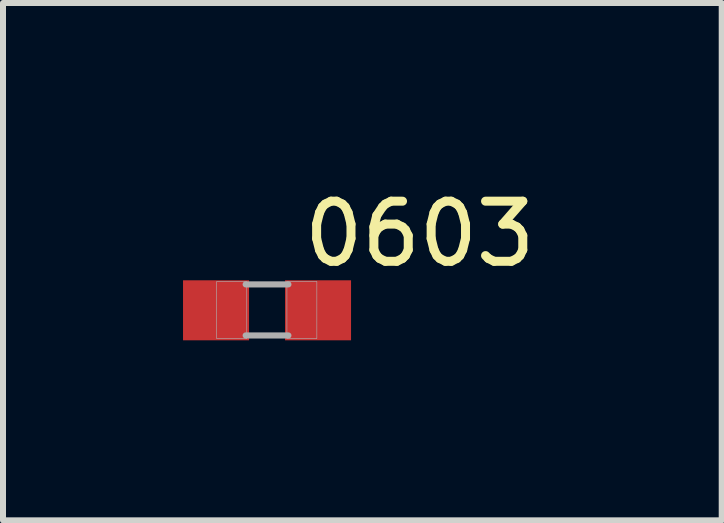
<source format=kicad_pcb>
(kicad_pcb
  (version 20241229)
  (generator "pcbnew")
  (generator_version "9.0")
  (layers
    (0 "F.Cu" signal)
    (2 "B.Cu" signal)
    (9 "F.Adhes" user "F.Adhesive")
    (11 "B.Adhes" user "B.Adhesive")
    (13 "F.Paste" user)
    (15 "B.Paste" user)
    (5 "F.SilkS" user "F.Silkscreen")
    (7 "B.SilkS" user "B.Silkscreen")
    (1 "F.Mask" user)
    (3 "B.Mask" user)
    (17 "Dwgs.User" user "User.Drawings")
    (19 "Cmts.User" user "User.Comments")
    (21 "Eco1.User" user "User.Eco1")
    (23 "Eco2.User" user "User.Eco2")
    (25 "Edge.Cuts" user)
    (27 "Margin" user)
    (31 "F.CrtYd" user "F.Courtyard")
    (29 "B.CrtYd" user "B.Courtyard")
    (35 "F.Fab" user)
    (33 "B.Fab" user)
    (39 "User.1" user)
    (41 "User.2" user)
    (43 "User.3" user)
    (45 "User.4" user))
  (footprint "0603"
    (layer "F.Cu")
    (at 1.4 2.121)
    (property "Reference" "0603" (at 2.544 -1.272 0) (layer "F.SilkS") (effects (font (size 1.002 1.002) (thickness 0.15))))
    (attr smd)
    (fp_line (start -0.356 -0.432) (end 0.356 -0.432) (stroke (width 0.102) (type solid)) (layer "F.Fab"))
    (fp_line (start -0.356 0.419) (end 0.356 0.419) (stroke (width 0.102) (type solid)) (layer "F.Fab"))
    (fp_poly (pts (xy -0.841 -0.48) (xy -0.338 -0.48) (xy -0.338 0.471) (xy -0.841 0.471)) (stroke (width 0.01) (type solid)) (fill no) (layer "F.Fab"))
    (fp_poly (pts (xy 0.331 -0.48) (xy 0.83 -0.48) (xy 0.83 0.471) (xy 0.331 0.471)) (stroke (width 0.01) (type solid)) (fill no) (layer "F.Fab"))
    (pad "1" smd rect (at -0.85 0) (size 1.1 1) (layers "F.Cu" "F.Mask" "F.Paste"))
    (pad "2" smd rect (at 0.85 0) (size 1.1 1) (layers "F.Cu" "F.Mask" "F.Paste")))
  (gr_rect
    (start -3 -3)
    (end 8.977 5.621)
    (stroke (width 0.1) (type default))
    (fill no)
    (layer "Edge.Cuts")))
</source>
